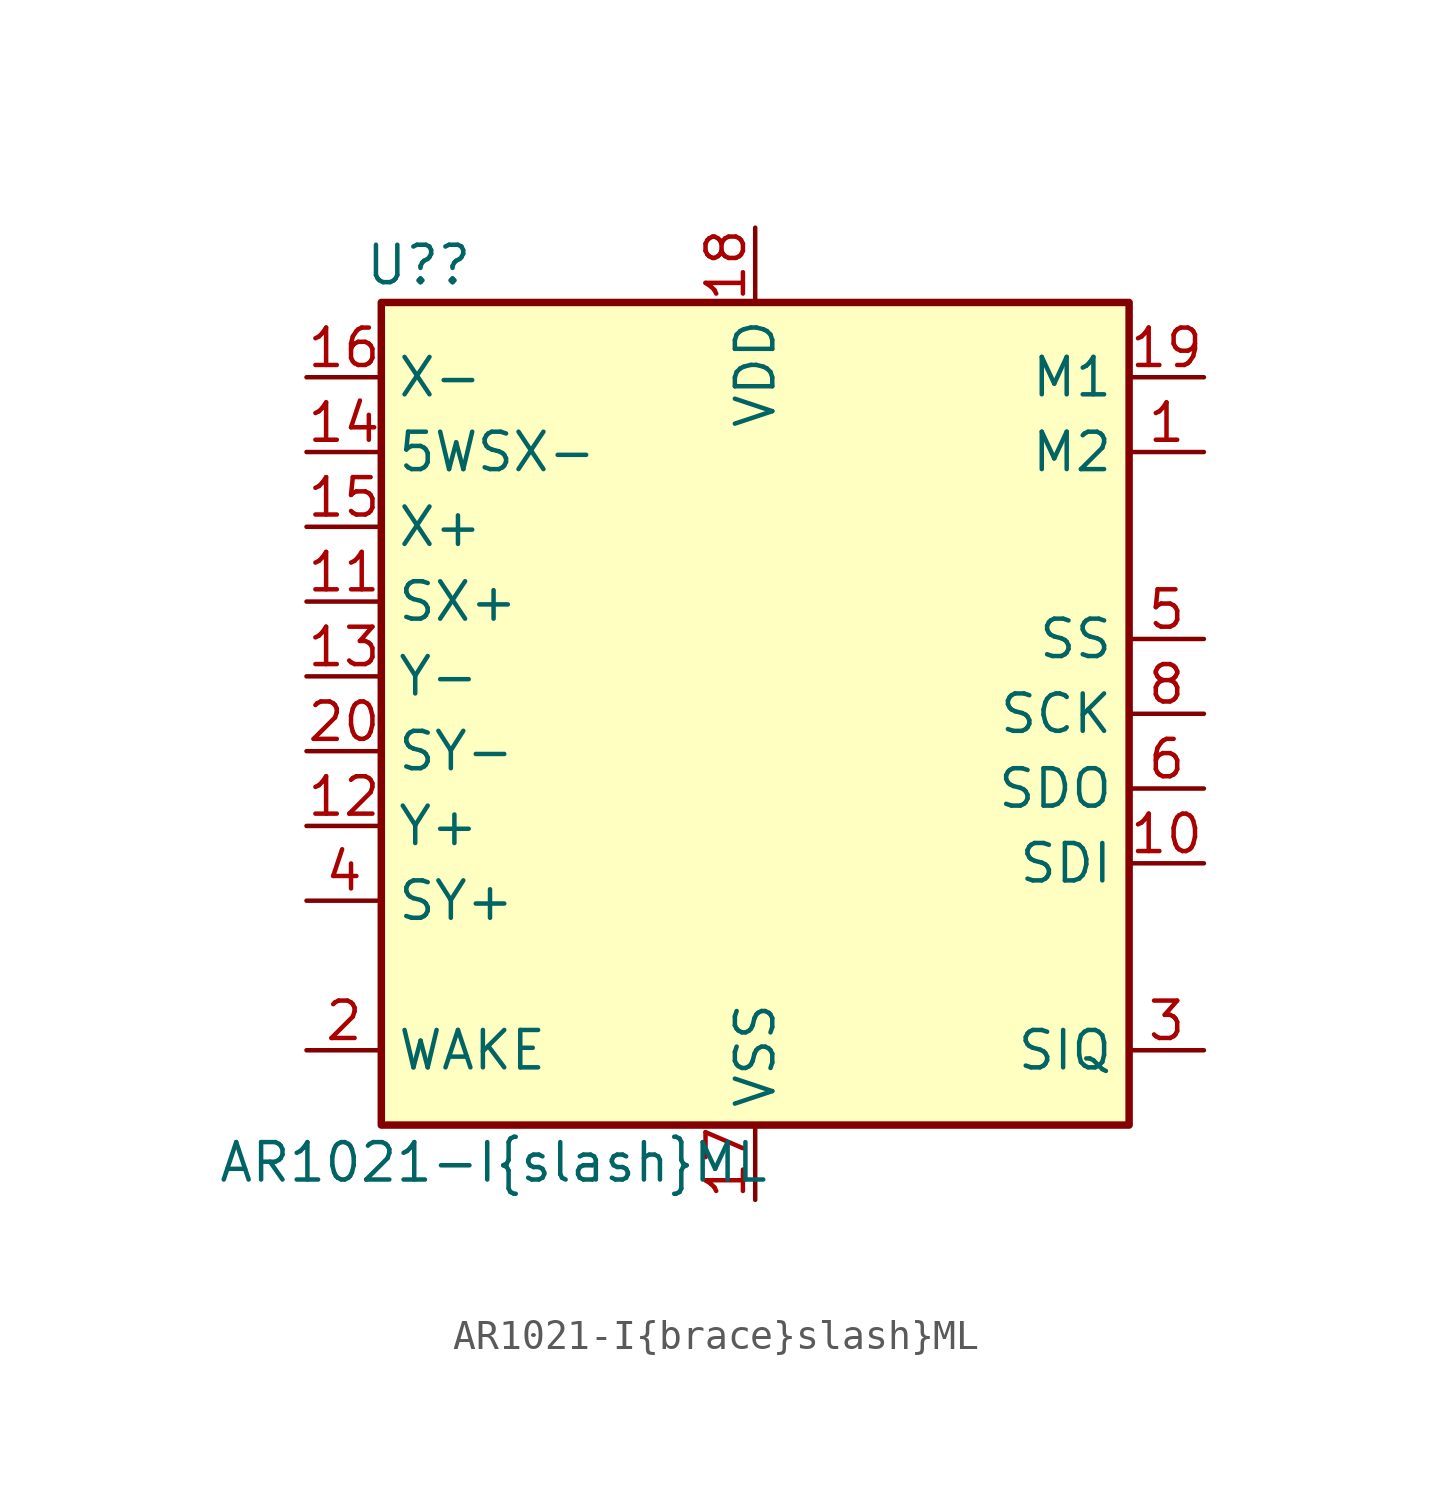
<source format=kicad_sym>
(kicad_symbol_lib
  (version 20211014)
  (generator kicad_symbol_editor)
  (symbol "AR1021-I{brace}slash}ML"
    (property "Reference" "U?"
      (at -11.43 15.24 0)
      (effects (font (size 1.27 1.27))))
    (property "Value" "AR1021-I{brace}slash}ML"
      (at -8.89 -15.24 0)
      (effects (font (size 1.27 1.27))))
    (symbol "AR1021-I{brace}slash}ML_0_1"
      (rectangle (start -12.7 13.97) (end 12.7 -13.97) (stroke (width 0.254) (type default) (color 0 0 0 0)) (fill (type background))))
    (symbol "AR1021-I{brace}slash}ML_1_1"
      (pin input line (at 15.24 8.89 180) (length 2.54) (name "M2" (effects (font (size 1.27 1.27)))) (number "1" (effects (font (size 1.27 1.27)))))
      (pin input line (at 15.24 -5.08 180) (length 2.54) (name "SDI" (effects (font (size 1.27 1.27)))) (number "10" (effects (font (size 1.27 1.27)))))
      (pin input line (at -15.24 3.81 0) (length 2.54) (name "SX+" (effects (font (size 1.27 1.27)))) (number "11" (effects (font (size 1.27 1.27)))))
      (pin input line (at -15.24 -3.81 0) (length 2.54) (name "Y+" (effects (font (size 1.27 1.27)))) (number "12" (effects (font (size 1.27 1.27)))))
      (pin input line (at -15.24 1.27 0) (length 2.54) (name "Y-" (effects (font (size 1.27 1.27)))) (number "13" (effects (font (size 1.27 1.27)))))
      (pin input line (at -15.24 8.89 0) (length 2.54) (name "5WSX-" (effects (font (size 1.27 1.27)))) (number "14" (effects (font (size 1.27 1.27)))))
      (pin input line (at -15.24 6.35 0) (length 2.54) (name "X+" (effects (font (size 1.27 1.27)))) (number "15" (effects (font (size 1.27 1.27)))))
      (pin input line (at -15.24 11.43 0) (length 2.54) (name "X-" (effects (font (size 1.27 1.27)))) (number "16" (effects (font (size 1.27 1.27)))))
      (pin power_in line (at 0 -16.51 90) (length 2.54) (name "VSS" (effects (font (size 1.27 1.27)))) (number "17" (effects (font (size 1.27 1.27)))))
      (pin power_in line (at 0 16.51 270) (length 2.54) (name "VDD" (effects (font (size 1.27 1.27)))) (number "18" (effects (font (size 1.27 1.27)))))
      (pin input line (at 15.24 11.43 180) (length 2.54) (name "M1" (effects (font (size 1.27 1.27)))) (number "19" (effects (font (size 1.27 1.27)))))
      (pin input line (at -15.24 -11.43 0) (length 2.54) (name "WAKE" (effects (font (size 1.27 1.27)))) (number "2" (effects (font (size 1.27 1.27)))))
      (pin input line (at -15.24 -1.27 0) (length 2.54) (name "SY-" (effects (font (size 1.27 1.27)))) (number "20" (effects (font (size 1.27 1.27)))))
      (pin output line (at 15.24 -11.43 180) (length 2.54) (name "SIQ" (effects (font (size 1.27 1.27)))) (number "3" (effects (font (size 1.27 1.27)))))
      (pin input line (at -15.24 -6.35 0) (length 2.54) (name "SY+" (effects (font (size 1.27 1.27)))) (number "4" (effects (font (size 1.27 1.27)))))
      (pin input line (at 15.24 2.54 180) (length 2.54) (name "SS" (effects (font (size 1.27 1.27)))) (number "5" (effects (font (size 1.27 1.27)))))
      (pin output line (at 15.24 -2.54 180) (length 2.54) (name "SDO" (effects (font (size 1.27 1.27)))) (number "6" (effects (font (size 1.27 1.27)))))
      (pin no_connect line (at 3.175 -13.97 90) (length 2.54) hide (name "NC" (effects (font (size 1.27 1.27)))) (number "7" (effects (font (size 1.27 1.27)))))
      (pin input line (at 15.24 0 180) (length 2.54) (name "SCK" (effects (font (size 1.27 1.27)))) (number "8" (effects (font (size 1.27 1.27)))))
      (pin no_connect line (at 5.08 -13.97 90) (length 2.54) hide (name "NC" (effects (font (size 1.27 1.27)))) (number "9" (effects (font (size 1.27 1.27))))))))
</source>
